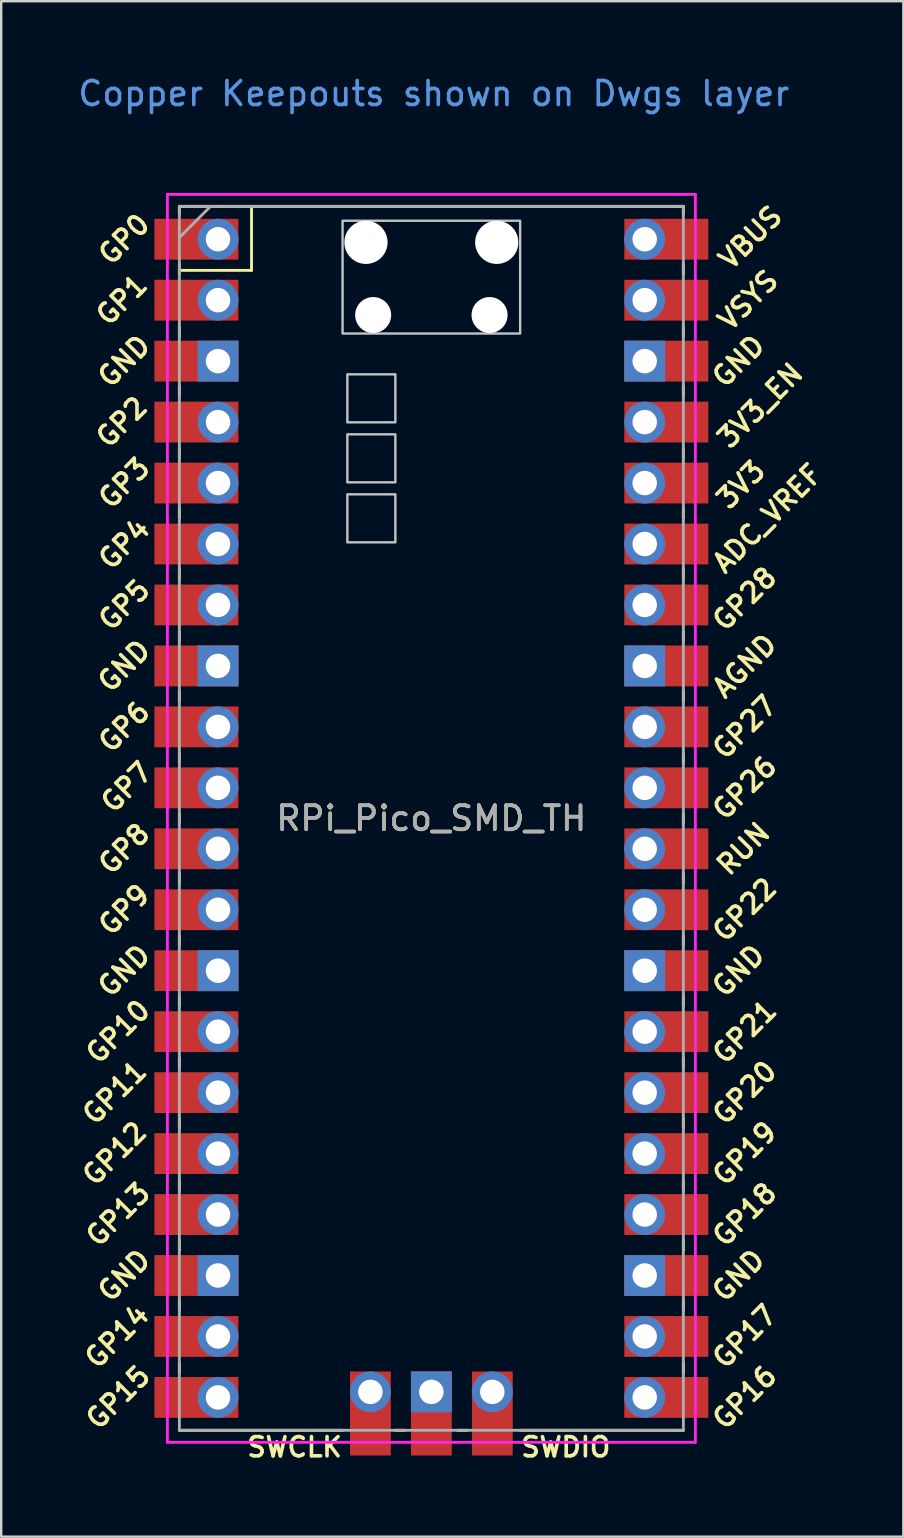
<source format=kicad_pcb>
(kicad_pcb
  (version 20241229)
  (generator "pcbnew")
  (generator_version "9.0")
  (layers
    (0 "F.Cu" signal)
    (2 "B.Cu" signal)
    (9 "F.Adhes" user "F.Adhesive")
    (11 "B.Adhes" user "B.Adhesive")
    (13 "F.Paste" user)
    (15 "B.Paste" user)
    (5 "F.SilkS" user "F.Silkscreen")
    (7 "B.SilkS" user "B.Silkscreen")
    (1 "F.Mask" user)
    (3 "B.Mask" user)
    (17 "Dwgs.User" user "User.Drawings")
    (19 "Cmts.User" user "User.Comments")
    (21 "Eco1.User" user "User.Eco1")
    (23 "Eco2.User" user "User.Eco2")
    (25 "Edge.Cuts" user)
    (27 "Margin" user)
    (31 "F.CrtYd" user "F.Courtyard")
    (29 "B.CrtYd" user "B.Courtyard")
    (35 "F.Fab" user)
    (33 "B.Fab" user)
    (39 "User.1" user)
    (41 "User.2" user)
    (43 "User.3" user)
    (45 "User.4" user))
  (footprint "RPi_Pico_SMD_TH"
    (layer "F.Cu")
    (at 14.924 31.048)
    (property "Reference" "RPi_Pico_SMD_TH" (at 0 0 0) (layer "F.SilkS") (effects (font (size 1 1) (thickness 0.15))))
    (attr smd)
    (fp_line (start -10.5 -25.5) (end -10.5 -25.2) (stroke (width 0.12) (type solid)) (layer "F.SilkS"))
    (fp_line (start -10.5 -25.5) (end 10.5 -25.5) (stroke (width 0.12) (type solid)) (layer "F.SilkS"))
    (fp_line (start -10.5 -23.1) (end -10.5 -22.7) (stroke (width 0.12) (type solid)) (layer "F.SilkS"))
    (fp_line (start -10.5 -22.833) (end -7.493 -22.833) (stroke (width 0.12) (type solid)) (layer "F.SilkS"))
    (fp_line (start -10.5 -20.5) (end -10.5 -20.1) (stroke (width 0.12) (type solid)) (layer "F.SilkS"))
    (fp_line (start -10.5 -18) (end -10.5 -17.6) (stroke (width 0.12) (type solid)) (layer "F.SilkS"))
    (fp_line (start -10.5 -15.4) (end -10.5 -15) (stroke (width 0.12) (type solid)) (layer "F.SilkS"))
    (fp_line (start -10.5 -12.9) (end -10.5 -12.5) (stroke (width 0.12) (type solid)) (layer "F.SilkS"))
    (fp_line (start -10.5 -10.4) (end -10.5 -10) (stroke (width 0.12) (type solid)) (layer "F.SilkS"))
    (fp_line (start -10.5 -7.8) (end -10.5 -7.4) (stroke (width 0.12) (type solid)) (layer "F.SilkS"))
    (fp_line (start -10.5 -5.3) (end -10.5 -4.9) (stroke (width 0.12) (type solid)) (layer "F.SilkS"))
    (fp_line (start -10.5 -2.7) (end -10.5 -2.3) (stroke (width 0.12) (type solid)) (layer "F.SilkS"))
    (fp_line (start -10.5 -0.2) (end -10.5 0.2) (stroke (width 0.12) (type solid)) (layer "F.SilkS"))
    (fp_line (start -10.5 2.3) (end -10.5 2.7) (stroke (width 0.12) (type solid)) (layer "F.SilkS"))
    (fp_line (start -10.5 4.9) (end -10.5 5.3) (stroke (width 0.12) (type solid)) (layer "F.SilkS"))
    (fp_line (start -10.5 7.4) (end -10.5 7.8) (stroke (width 0.12) (type solid)) (layer "F.SilkS"))
    (fp_line (start -10.5 10) (end -10.5 10.4) (stroke (width 0.12) (type solid)) (layer "F.SilkS"))
    (fp_line (start -10.5 12.5) (end -10.5 12.9) (stroke (width 0.12) (type solid)) (layer "F.SilkS"))
    (fp_line (start -10.5 15.1) (end -10.5 15.5) (stroke (width 0.12) (type solid)) (layer "F.SilkS"))
    (fp_line (start -10.5 17.6) (end -10.5 18) (stroke (width 0.12) (type solid)) (layer "F.SilkS"))
    (fp_line (start -10.5 20.1) (end -10.5 20.5) (stroke (width 0.12) (type solid)) (layer "F.SilkS"))
    (fp_line (start -10.5 22.7) (end -10.5 23.1) (stroke (width 0.12) (type solid)) (layer "F.SilkS"))
    (fp_line (start -7.493 -22.833) (end -7.493 -25.5) (stroke (width 0.12) (type solid)) (layer "F.SilkS"))
    (fp_line (start -3.7 25.5) (end -10.5 25.5) (stroke (width 0.12) (type solid)) (layer "F.SilkS"))
    (fp_line (start -1.5 25.5) (end -1.1 25.5) (stroke (width 0.12) (type solid)) (layer "F.SilkS"))
    (fp_line (start 1.1 25.5) (end 1.5 25.5) (stroke (width 0.12) (type solid)) (layer "F.SilkS"))
    (fp_line (start 10.5 -25.5) (end 10.5 -25.2) (stroke (width 0.12) (type solid)) (layer "F.SilkS"))
    (fp_line (start 10.5 -23.1) (end 10.5 -22.7) (stroke (width 0.12) (type solid)) (layer "F.SilkS"))
    (fp_line (start 10.5 -20.5) (end 10.5 -20.1) (stroke (width 0.12) (type solid)) (layer "F.SilkS"))
    (fp_line (start 10.5 -18) (end 10.5 -17.6) (stroke (width 0.12) (type solid)) (layer "F.SilkS"))
    (fp_line (start 10.5 -15.4) (end 10.5 -15) (stroke (width 0.12) (type solid)) (layer "F.SilkS"))
    (fp_line (start 10.5 -12.9) (end 10.5 -12.5) (stroke (width 0.12) (type solid)) (layer "F.SilkS"))
    (fp_line (start 10.5 -10.4) (end 10.5 -10) (stroke (width 0.12) (type solid)) (layer "F.SilkS"))
    (fp_line (start 10.5 -7.8) (end 10.5 -7.4) (stroke (width 0.12) (type solid)) (layer "F.SilkS"))
    (fp_line (start 10.5 -5.3) (end 10.5 -4.9) (stroke (width 0.12) (type solid)) (layer "F.SilkS"))
    (fp_line (start 10.5 -2.7) (end 10.5 -2.3) (stroke (width 0.12) (type solid)) (layer "F.SilkS"))
    (fp_line (start 10.5 -0.2) (end 10.5 0.2) (stroke (width 0.12) (type solid)) (layer "F.SilkS"))
    (fp_line (start 10.5 2.3) (end 10.5 2.7) (stroke (width 0.12) (type solid)) (layer "F.SilkS"))
    (fp_line (start 10.5 4.9) (end 10.5 5.3) (stroke (width 0.12) (type solid)) (layer "F.SilkS"))
    (fp_line (start 10.5 7.4) (end 10.5 7.8) (stroke (width 0.12) (type solid)) (layer "F.SilkS"))
    (fp_line (start 10.5 10) (end 10.5 10.4) (stroke (width 0.12) (type solid)) (layer "F.SilkS"))
    (fp_line (start 10.5 12.5) (end 10.5 12.9) (stroke (width 0.12) (type solid)) (layer "F.SilkS"))
    (fp_line (start 10.5 15.1) (end 10.5 15.5) (stroke (width 0.12) (type solid)) (layer "F.SilkS"))
    (fp_line (start 10.5 17.6) (end 10.5 18) (stroke (width 0.12) (type solid)) (layer "F.SilkS"))
    (fp_line (start 10.5 20.1) (end 10.5 20.5) (stroke (width 0.12) (type solid)) (layer "F.SilkS"))
    (fp_line (start 10.5 22.7) (end 10.5 23.1) (stroke (width 0.12) (type solid)) (layer "F.SilkS"))
    (fp_line (start 10.5 25.5) (end 3.7 25.5) (stroke (width 0.12) (type solid)) (layer "F.SilkS"))
    (fp_poly (pts (xy -1.5 -16.5) (xy -3.5 -16.5) (xy -3.5 -18.5) (xy -1.5 -18.5)) (stroke (width 0.1) (type solid)) (fill no) (layer "Dwgs.User"))
    (fp_poly (pts (xy -1.5 -14) (xy -3.5 -14) (xy -3.5 -16) (xy -1.5 -16)) (stroke (width 0.1) (type solid)) (fill no) (layer "Dwgs.User"))
    (fp_poly (pts (xy -1.5 -11.5) (xy -3.5 -11.5) (xy -3.5 -13.5) (xy -1.5 -13.5)) (stroke (width 0.1) (type solid)) (fill no) (layer "Dwgs.User"))
    (fp_poly (pts (xy 3.7 -20.2) (xy -3.7 -20.2) (xy -3.7 -24.9) (xy 3.7 -24.9)) (stroke (width 0.1) (type solid)) (fill no) (layer "Dwgs.User"))
    (fp_line (start -11 -26) (end 11 -26) (stroke (width 0.12) (type solid)) (layer "F.CrtYd"))
    (fp_line (start -11 26) (end -11 -26) (stroke (width 0.12) (type solid)) (layer "F.CrtYd"))
    (fp_line (start 11 -26) (end 11 26) (stroke (width 0.12) (type solid)) (layer "F.CrtYd"))
    (fp_line (start 11 26) (end -11 26) (stroke (width 0.12) (type solid)) (layer "F.CrtYd"))
    (fp_line (start -10.5 -25.5) (end 10.5 -25.5) (stroke (width 0.12) (type solid)) (layer "F.Fab"))
    (fp_line (start -10.5 -24.2) (end -9.2 -25.5) (stroke (width 0.12) (type solid)) (layer "F.Fab"))
    (fp_line (start -10.5 25.5) (end -10.5 -25.5) (stroke (width 0.12) (type solid)) (layer "F.Fab"))
    (fp_line (start 10.5 -25.5) (end 10.5 25.5) (stroke (width 0.12) (type solid)) (layer "F.Fab"))
    (fp_line (start 10.5 25.5) (end -10.5 25.5) (stroke (width 0.12) (type solid)) (layer "F.Fab"))
    (fp_text user "GP9" (at -12.8 3.81 45) (layer "F.SilkS") (effects (font (size 0.8 0.8) (thickness 0.15))))
    (fp_text user "GND" (at -12.8 -6.35 45) (layer "F.SilkS") (effects (font (size 0.8 0.8) (thickness 0.15))))
    (fp_text user "GP14" (at -13.1 21.59 45) (layer "F.SilkS") (effects (font (size 0.8 0.8) (thickness 0.15))))
    (fp_text user "GP4" (at -12.8 -11.43 45) (layer "F.SilkS") (effects (font (size 0.8 0.8) (thickness 0.15))))
    (fp_text user "GND" (at 12.8 6.35 45) (layer "F.SilkS") (effects (font (size 0.8 0.8) (thickness 0.15))))
    (fp_text user "SWCLK" (at -5.7 26.2 0) (layer "F.SilkS") (effects (font (size 0.8 0.8) (thickness 0.15))))
    (fp_text user "GP13" (at -13.054 16.51 45) (layer "F.SilkS") (effects (font (size 0.8 0.8) (thickness 0.15))))
    (fp_text user "GND" (at -12.8 19.05 45) (layer "F.SilkS") (effects (font (size 0.8 0.8) (thickness 0.15))))
    (fp_text user "GP0" (at -12.8 -24.13 45) (layer "F.SilkS") (effects (font (size 0.8 0.8) (thickness 0.15))))
    (fp_text user "3V3_EN" (at 13.7 -17.2 45) (layer "F.SilkS") (effects (font (size 0.8 0.8) (thickness 0.15))))
    (fp_text user "GP8" (at -12.8 1.27 45) (layer "F.SilkS") (effects (font (size 0.8 0.8) (thickness 0.15))))
    (fp_text user "RUN" (at 13 1.27 45) (layer "F.SilkS") (effects (font (size 0.8 0.8) (thickness 0.15))))
    (fp_text user "AGND" (at 13.054 -6.35 45) (layer "F.SilkS") (effects (font (size 0.8 0.8) (thickness 0.15))))
    (fp_text user "GND" (at -12.8 -19.05 45) (layer "F.SilkS") (effects (font (size 0.8 0.8) (thickness 0.15))))
    (fp_text user "GP18" (at 13.054 16.51 45) (layer "F.SilkS") (effects (font (size 0.8 0.8) (thickness 0.15))))
    (fp_text user "GP3" (at -12.8 -13.97 45) (layer "F.SilkS") (effects (font (size 0.8 0.8) (thickness 0.15))))
    (fp_text user "ADC_VREF" (at 14 -12.5 45) (layer "F.SilkS") (effects (font (size 0.8 0.8) (thickness 0.15))))
    (fp_text user "GP10" (at -13.054 8.89 45) (layer "F.SilkS") (effects (font (size 0.8 0.8) (thickness 0.15))))
    (fp_text user "GP27" (at 13.054 -3.8 45) (layer "F.SilkS") (effects (font (size 0.8 0.8) (thickness 0.15))))
    (fp_text user "SWDIO" (at 5.6 26.2 0) (layer "F.SilkS") (effects (font (size 0.8 0.8) (thickness 0.15))))
    (fp_text user "GP5" (at -12.8 -8.89 45) (layer "F.SilkS") (effects (font (size 0.8 0.8) (thickness 0.15))))
    (fp_text user "GP2" (at -12.9 -16.51 45) (layer "F.SilkS") (effects (font (size 0.8 0.8) (thickness 0.15))))
    (fp_text user "GP21" (at 13.054 8.9 45) (layer "F.SilkS") (effects (font (size 0.8 0.8) (thickness 0.15))))
    (fp_text user "GND" (at 12.8 -19.05 45) (layer "F.SilkS") (effects (font (size 0.8 0.8) (thickness 0.15))))
    (fp_text user "GP15" (at -13.054 24.13 45) (layer "F.SilkS") (effects (font (size 0.8 0.8) (thickness 0.15))))
    (fp_text user "GP26" (at 13.054 -1.27 45) (layer "F.SilkS") (effects (font (size 0.8 0.8) (thickness 0.15))))
    (fp_text user "GP17" (at 13.054 21.59 45) (layer "F.SilkS") (effects (font (size 0.8 0.8) (thickness 0.15))))
    (fp_text user "VSYS" (at 13.2 -21.59 45) (layer "F.SilkS") (effects (font (size 0.8 0.8) (thickness 0.15))))
    (fp_text user "GP6" (at -12.8 -3.81 45) (layer "F.SilkS") (effects (font (size 0.8 0.8) (thickness 0.15))))
    (fp_text user "GP19" (at 13.054 13.97 45) (layer "F.SilkS") (effects (font (size 0.8 0.8) (thickness 0.15))))
    (fp_text user "GP7" (at -12.7 -1.3 45) (layer "F.SilkS") (effects (font (size 0.8 0.8) (thickness 0.15))))
    (fp_text user "VBUS" (at 13.3 -24.2 45) (layer "F.SilkS") (effects (font (size 0.8 0.8) (thickness 0.15))))
    (fp_text user "GP28" (at 13.054 -9.144 45) (layer "F.SilkS") (effects (font (size 0.8 0.8) (thickness 0.15))))
    (fp_text user "GP11" (at -13.2 11.43 45) (layer "F.SilkS") (effects (font (size 0.8 0.8) (thickness 0.15))))
    (fp_text user "GP16" (at 13.054 24.13 45) (layer "F.SilkS") (effects (font (size 0.8 0.8) (thickness 0.15))))
    (fp_text user "GP20" (at 13.054 11.43 45) (layer "F.SilkS") (effects (font (size 0.8 0.8) (thickness 0.15))))
    (fp_text user "GP22" (at 13.054 3.81 45) (layer "F.SilkS") (effects (font (size 0.8 0.8) (thickness 0.15))))
    (fp_text user "GP12" (at -13.2 13.97 45) (layer "F.SilkS") (effects (font (size 0.8 0.8) (thickness 0.15))))
    (fp_text user "GP1" (at -12.9 -21.6 45) (layer "F.SilkS") (effects (font (size 0.8 0.8) (thickness 0.15))))
    (fp_text user "3V3" (at 12.9 -13.9 45) (layer "F.SilkS") (effects (font (size 0.8 0.8) (thickness 0.15))))
    (fp_text user "GND" (at 12.8 19.05 45) (layer "F.SilkS") (effects (font (size 0.8 0.8) (thickness 0.15))))
    (fp_text user "GND" (at -12.8 6.35 45) (layer "F.SilkS") (effects (font (size 0.8 0.8) (thickness 0.15))))
    (fp_text user "Copper Keepouts shown on Dwgs layer" (at 0.1 -30.2 0) (layer "Cmts.User") (effects (font (size 1 1) (thickness 0.15))))
    (fp_text user "${REFERENCE}" (at 0 0 180) (layer "F.Fab") (effects (font (size 1 1) (thickness 0.15))))
    (pad "" np_thru_hole oval (at -2.725 -24) (size 1.8 1.8) (drill 1.8) (layers "*.Cu" "*.Mask"))
    (pad "" np_thru_hole oval (at -2.425 -20.97) (size 1.5 1.5) (drill 1.5) (layers "*.Cu" "*.Mask"))
    (pad "" np_thru_hole oval (at 2.425 -20.97) (size 1.5 1.5) (drill 1.5) (layers "*.Cu" "*.Mask"))
    (pad "" np_thru_hole oval (at 2.725 -24) (size 1.8 1.8) (drill 1.8) (layers "*.Cu" "*.Mask"))
    (pad "1" thru_hole oval (at -8.89 -24.13) (size 1.7 1.7) (drill 1.02) (layers "*.Cu" "*.Mask"))
    (pad "1" smd rect (at -8.89 -24.13) (size 3.5 1.7) (drill (offset -0.9 0)) (layers "F.Cu" "F.Mask"))
    (pad "2" thru_hole oval (at -8.89 -21.59) (size 1.7 1.7) (drill 1.02) (layers "*.Cu" "*.Mask"))
    (pad "2" smd rect (at -8.89 -21.59) (size 3.5 1.7) (drill (offset -0.9 0)) (layers "F.Cu" "F.Mask"))
    (pad "3" thru_hole rect (at -8.89 -19.05) (size 1.7 1.7) (drill 1.02) (layers "*.Cu" "*.Mask"))
    (pad "3" smd rect (at -8.89 -19.05) (size 3.5 1.7) (drill (offset -0.9 0)) (layers "F.Cu" "F.Mask"))
    (pad "4" thru_hole oval (at -8.89 -16.51) (size 1.7 1.7) (drill 1.02) (layers "*.Cu" "*.Mask"))
    (pad "4" smd rect (at -8.89 -16.51) (size 3.5 1.7) (drill (offset -0.9 0)) (layers "F.Cu" "F.Mask"))
    (pad "5" thru_hole oval (at -8.89 -13.97) (size 1.7 1.7) (drill 1.02) (layers "*.Cu" "*.Mask"))
    (pad "5" smd rect (at -8.89 -13.97) (size 3.5 1.7) (drill (offset -0.9 0)) (layers "F.Cu" "F.Mask"))
    (pad "6" thru_hole oval (at -8.89 -11.43) (size 1.7 1.7) (drill 1.02) (layers "*.Cu" "*.Mask"))
    (pad "6" smd rect (at -8.89 -11.43) (size 3.5 1.7) (drill (offset -0.9 0)) (layers "F.Cu" "F.Mask"))
    (pad "7" thru_hole oval (at -8.89 -8.89) (size 1.7 1.7) (drill 1.02) (layers "*.Cu" "*.Mask"))
    (pad "7" smd rect (at -8.89 -8.89) (size 3.5 1.7) (drill (offset -0.9 0)) (layers "F.Cu" "F.Mask"))
    (pad "8" thru_hole rect (at -8.89 -6.35) (size 1.7 1.7) (drill 1.02) (layers "*.Cu" "*.Mask"))
    (pad "8" smd rect (at -8.89 -6.35) (size 3.5 1.7) (drill (offset -0.9 0)) (layers "F.Cu" "F.Mask"))
    (pad "9" thru_hole oval (at -8.89 -3.81) (size 1.7 1.7) (drill 1.02) (layers "*.Cu" "*.Mask"))
    (pad "9" smd rect (at -8.89 -3.81) (size 3.5 1.7) (drill (offset -0.9 0)) (layers "F.Cu" "F.Mask"))
    (pad "10" thru_hole oval (at -8.89 -1.27) (size 1.7 1.7) (drill 1.02) (layers "*.Cu" "*.Mask"))
    (pad "10" smd rect (at -8.89 -1.27) (size 3.5 1.7) (drill (offset -0.9 0)) (layers "F.Cu" "F.Mask"))
    (pad "11" thru_hole oval (at -8.89 1.27) (size 1.7 1.7) (drill 1.02) (layers "*.Cu" "*.Mask"))
    (pad "11" smd rect (at -8.89 1.27) (size 3.5 1.7) (drill (offset -0.9 0)) (layers "F.Cu" "F.Mask"))
    (pad "12" thru_hole oval (at -8.89 3.81) (size 1.7 1.7) (drill 1.02) (layers "*.Cu" "*.Mask"))
    (pad "12" smd rect (at -8.89 3.81) (size 3.5 1.7) (drill (offset -0.9 0)) (layers "F.Cu" "F.Mask"))
    (pad "13" thru_hole rect (at -8.89 6.35) (size 1.7 1.7) (drill 1.02) (layers "*.Cu" "*.Mask"))
    (pad "13" smd rect (at -8.89 6.35) (size 3.5 1.7) (drill (offset -0.9 0)) (layers "F.Cu" "F.Mask"))
    (pad "14" thru_hole oval (at -8.89 8.89) (size 1.7 1.7) (drill 1.02) (layers "*.Cu" "*.Mask"))
    (pad "14" smd rect (at -8.89 8.89) (size 3.5 1.7) (drill (offset -0.9 0)) (layers "F.Cu" "F.Mask"))
    (pad "15" thru_hole oval (at -8.89 11.43) (size 1.7 1.7) (drill 1.02) (layers "*.Cu" "*.Mask"))
    (pad "15" smd rect (at -8.89 11.43) (size 3.5 1.7) (drill (offset -0.9 0)) (layers "F.Cu" "F.Mask"))
    (pad "16" thru_hole oval (at -8.89 13.97) (size 1.7 1.7) (drill 1.02) (layers "*.Cu" "*.Mask"))
    (pad "16" smd rect (at -8.89 13.97) (size 3.5 1.7) (drill (offset -0.9 0)) (layers "F.Cu" "F.Mask"))
    (pad "17" thru_hole oval (at -8.89 16.51) (size 1.7 1.7) (drill 1.02) (layers "*.Cu" "*.Mask"))
    (pad "17" smd rect (at -8.89 16.51) (size 3.5 1.7) (drill (offset -0.9 0)) (layers "F.Cu" "F.Mask"))
    (pad "18" thru_hole rect (at -8.89 19.05) (size 1.7 1.7) (drill 1.02) (layers "*.Cu" "*.Mask"))
    (pad "18" smd rect (at -8.89 19.05) (size 3.5 1.7) (drill (offset -0.9 0)) (layers "F.Cu" "F.Mask"))
    (pad "19" thru_hole oval (at -8.89 21.59) (size 1.7 1.7) (drill 1.02) (layers "*.Cu" "*.Mask"))
    (pad "19" smd rect (at -8.89 21.59) (size 3.5 1.7) (drill (offset -0.9 0)) (layers "F.Cu" "F.Mask"))
    (pad "20" thru_hole oval (at -8.89 24.13) (size 1.7 1.7) (drill 1.02) (layers "*.Cu" "*.Mask"))
    (pad "20" smd rect (at -8.89 24.13) (size 3.5 1.7) (drill (offset -0.9 0)) (layers "F.Cu" "F.Mask"))
    (pad "21" thru_hole oval (at 8.89 24.13) (size 1.7 1.7) (drill 1.02) (layers "*.Cu" "*.Mask"))
    (pad "21" smd rect (at 8.89 24.13) (size 3.5 1.7) (drill (offset 0.9 0)) (layers "F.Cu" "F.Mask"))
    (pad "22" thru_hole oval (at 8.89 21.59) (size 1.7 1.7) (drill 1.02) (layers "*.Cu" "*.Mask"))
    (pad "22" smd rect (at 8.89 21.59) (size 3.5 1.7) (drill (offset 0.9 0)) (layers "F.Cu" "F.Mask"))
    (pad "23" thru_hole rect (at 8.89 19.05) (size 1.7 1.7) (drill 1.02) (layers "*.Cu" "*.Mask"))
    (pad "23" smd rect (at 8.89 19.05) (size 3.5 1.7) (drill (offset 0.9 0)) (layers "F.Cu" "F.Mask"))
    (pad "24" thru_hole oval (at 8.89 16.51) (size 1.7 1.7) (drill 1.02) (layers "*.Cu" "*.Mask"))
    (pad "24" smd rect (at 8.89 16.51) (size 3.5 1.7) (drill (offset 0.9 0)) (layers "F.Cu" "F.Mask"))
    (pad "25" thru_hole oval (at 8.89 13.97) (size 1.7 1.7) (drill 1.02) (layers "*.Cu" "*.Mask"))
    (pad "25" smd rect (at 8.89 13.97) (size 3.5 1.7) (drill (offset 0.9 0)) (layers "F.Cu" "F.Mask"))
    (pad "26" thru_hole oval (at 8.89 11.43) (size 1.7 1.7) (drill 1.02) (layers "*.Cu" "*.Mask"))
    (pad "26" smd rect (at 8.89 11.43) (size 3.5 1.7) (drill (offset 0.9 0)) (layers "F.Cu" "F.Mask"))
    (pad "27" thru_hole oval (at 8.89 8.89) (size 1.7 1.7) (drill 1.02) (layers "*.Cu" "*.Mask"))
    (pad "27" smd rect (at 8.89 8.89) (size 3.5 1.7) (drill (offset 0.9 0)) (layers "F.Cu" "F.Mask"))
    (pad "28" thru_hole rect (at 8.89 6.35) (size 1.7 1.7) (drill 1.02) (layers "*.Cu" "*.Mask"))
    (pad "28" smd rect (at 8.89 6.35) (size 3.5 1.7) (drill (offset 0.9 0)) (layers "F.Cu" "F.Mask"))
    (pad "29" thru_hole oval (at 8.89 3.81) (size 1.7 1.7) (drill 1.02) (layers "*.Cu" "*.Mask"))
    (pad "29" smd rect (at 8.89 3.81) (size 3.5 1.7) (drill (offset 0.9 0)) (layers "F.Cu" "F.Mask"))
    (pad "30" thru_hole oval (at 8.89 1.27) (size 1.7 1.7) (drill 1.02) (layers "*.Cu" "*.Mask"))
    (pad "30" smd rect (at 8.89 1.27) (size 3.5 1.7) (drill (offset 0.9 0)) (layers "F.Cu" "F.Mask"))
    (pad "31" thru_hole oval (at 8.89 -1.27) (size 1.7 1.7) (drill 1.02) (layers "*.Cu" "*.Mask"))
    (pad "31" smd rect (at 8.89 -1.27) (size 3.5 1.7) (drill (offset 0.9 0)) (layers "F.Cu" "F.Mask"))
    (pad "32" thru_hole oval (at 8.89 -3.81) (size 1.7 1.7) (drill 1.02) (layers "*.Cu" "*.Mask"))
    (pad "32" smd rect (at 8.89 -3.81) (size 3.5 1.7) (drill (offset 0.9 0)) (layers "F.Cu" "F.Mask"))
    (pad "33" thru_hole rect (at 8.89 -6.35) (size 1.7 1.7) (drill 1.02) (layers "*.Cu" "*.Mask"))
    (pad "33" smd rect (at 8.89 -6.35) (size 3.5 1.7) (drill (offset 0.9 0)) (layers "F.Cu" "F.Mask"))
    (pad "34" thru_hole oval (at 8.89 -8.89) (size 1.7 1.7) (drill 1.02) (layers "*.Cu" "*.Mask"))
    (pad "34" smd rect (at 8.89 -8.89) (size 3.5 1.7) (drill (offset 0.9 0)) (layers "F.Cu" "F.Mask"))
    (pad "35" thru_hole oval (at 8.89 -11.43) (size 1.7 1.7) (drill 1.02) (layers "*.Cu" "*.Mask"))
    (pad "35" smd rect (at 8.89 -11.43) (size 3.5 1.7) (drill (offset 0.9 0)) (layers "F.Cu" "F.Mask"))
    (pad "36" thru_hole oval (at 8.89 -13.97) (size 1.7 1.7) (drill 1.02) (layers "*.Cu" "*.Mask"))
    (pad "36" smd rect (at 8.89 -13.97) (size 3.5 1.7) (drill (offset 0.9 0)) (layers "F.Cu" "F.Mask"))
    (pad "37" thru_hole oval (at 8.89 -16.51) (size 1.7 1.7) (drill 1.02) (layers "*.Cu" "*.Mask"))
    (pad "37" smd rect (at 8.89 -16.51) (size 3.5 1.7) (drill (offset 0.9 0)) (layers "F.Cu" "F.Mask"))
    (pad "38" thru_hole rect (at 8.89 -19.05) (size 1.7 1.7) (drill 1.02) (layers "*.Cu" "*.Mask"))
    (pad "38" smd rect (at 8.89 -19.05) (size 3.5 1.7) (drill (offset 0.9 0)) (layers "F.Cu" "F.Mask"))
    (pad "39" thru_hole oval (at 8.89 -21.59) (size 1.7 1.7) (drill 1.02) (layers "*.Cu" "*.Mask"))
    (pad "39" smd rect (at 8.89 -21.59) (size 3.5 1.7) (drill (offset 0.9 0)) (layers "F.Cu" "F.Mask"))
    (pad "40" thru_hole oval (at 8.89 -24.13) (size 1.7 1.7) (drill 1.02) (layers "*.Cu" "*.Mask"))
    (pad "40" smd rect (at 8.89 -24.13) (size 3.5 1.7) (drill (offset 0.9 0)) (layers "F.Cu" "F.Mask"))
    (pad "41" thru_hole oval (at -2.54 23.9) (size 1.7 1.7) (drill 1.02) (layers "*.Cu" "*.Mask"))
    (pad "41" smd rect (at -2.54 23.9 90) (size 3.5 1.7) (drill (offset -0.9 0)) (layers "F.Cu" "F.Mask"))
    (pad "42" thru_hole rect (at 0 23.9) (size 1.7 1.7) (drill 1.02) (layers "*.Cu" "*.Mask"))
    (pad "42" smd rect (at 0 23.9 90) (size 3.5 1.7) (drill (offset -0.9 0)) (layers "F.Cu" "F.Mask"))
    (pad "43" thru_hole oval (at 2.54 23.9) (size 1.7 1.7) (drill 1.02) (layers "*.Cu" "*.Mask"))
    (pad "43" smd rect (at 2.54 23.9 90) (size 3.5 1.7) (drill (offset -0.9 0)) (layers "F.Cu" "F.Mask")))
  (gr_rect
    (start -3 -3)
    (end 34.591 60.98)
    (stroke (width 0.1) (type default))
    (fill no)
    (layer "Edge.Cuts")))
</source>
